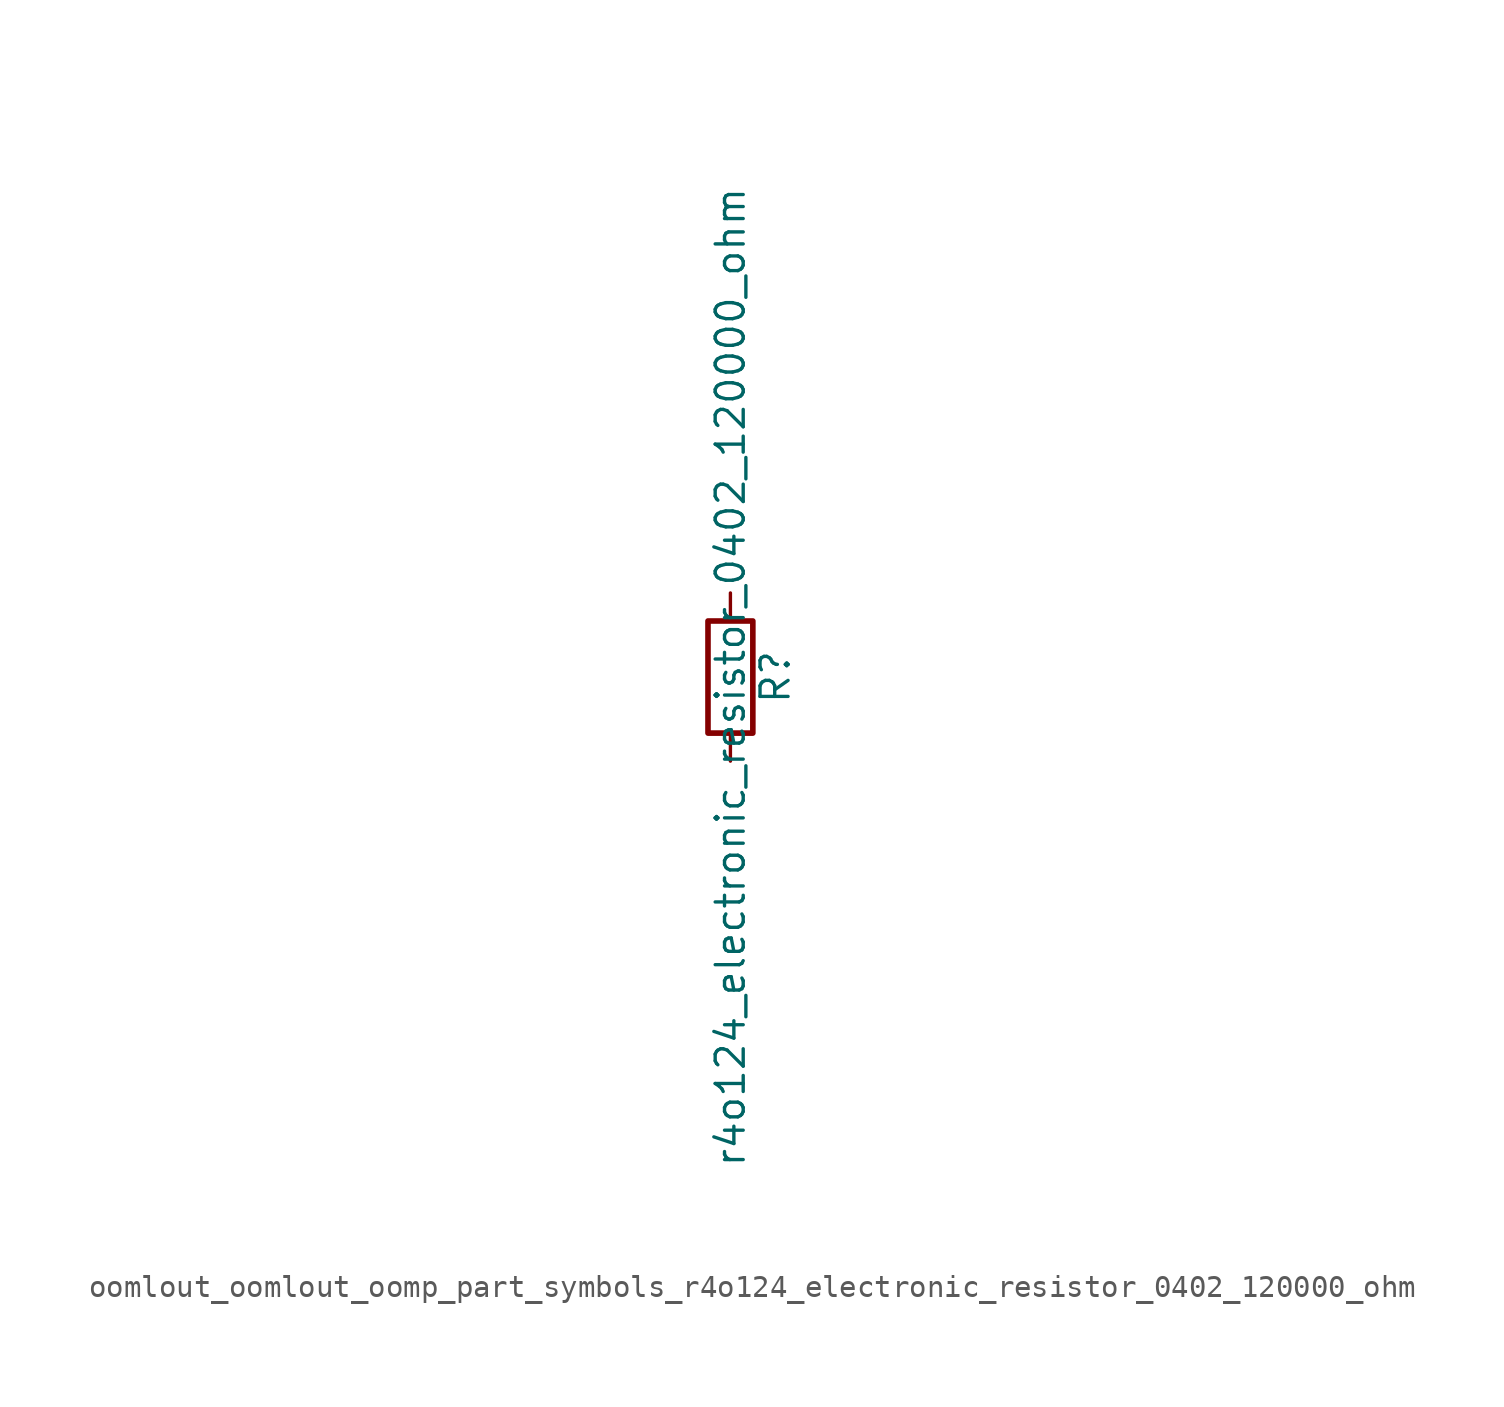
<source format=kicad_sym>
(kicad_symbol_lib
  (version 20220914)
  (generator kicad_symbol_editor)
  (symbol "oomlout_oomlout_oomp_part_symbols_r4o124_electronic_resistor_0402_120000_ohm"
    (pin_numbers hide)
    (pin_names
      (offset 0))
    (property "Reference" "R"
      (at 2.032 0 90)
      (effects (font (size 1.27 1.27))))
    (property "Value" "r4o124_electronic_resistor_0402_120000_ohm"
      (at 0 0 90)
      (effects (font (size 1.27 1.27))))
    (symbol "oomlout_oomlout_oomp_part_symbols_r4o124_electronic_resistor_0402_120000_ohm_0_1"
      (rectangle (start -1.016 -2.54) (end 1.016 2.54) (stroke (width 0.254) (type default)) (fill (type none))))
    (symbol "oomlout_oomlout_oomp_part_symbols_r4o124_electronic_resistor_0402_120000_ohm_1_1"
      (pin passive line (at 0 3.81 270) (length 1.27) (name "~" (effects (font (size 1.27 1.27)))) (number "1" (effects (font (size 1.27 1.27)))))
      (pin passive line (at 0 -3.81 90) (length 1.27) (name "~" (effects (font (size 1.27 1.27)))) (number "2" (effects (font (size 1.27 1.27))))))))
</source>
